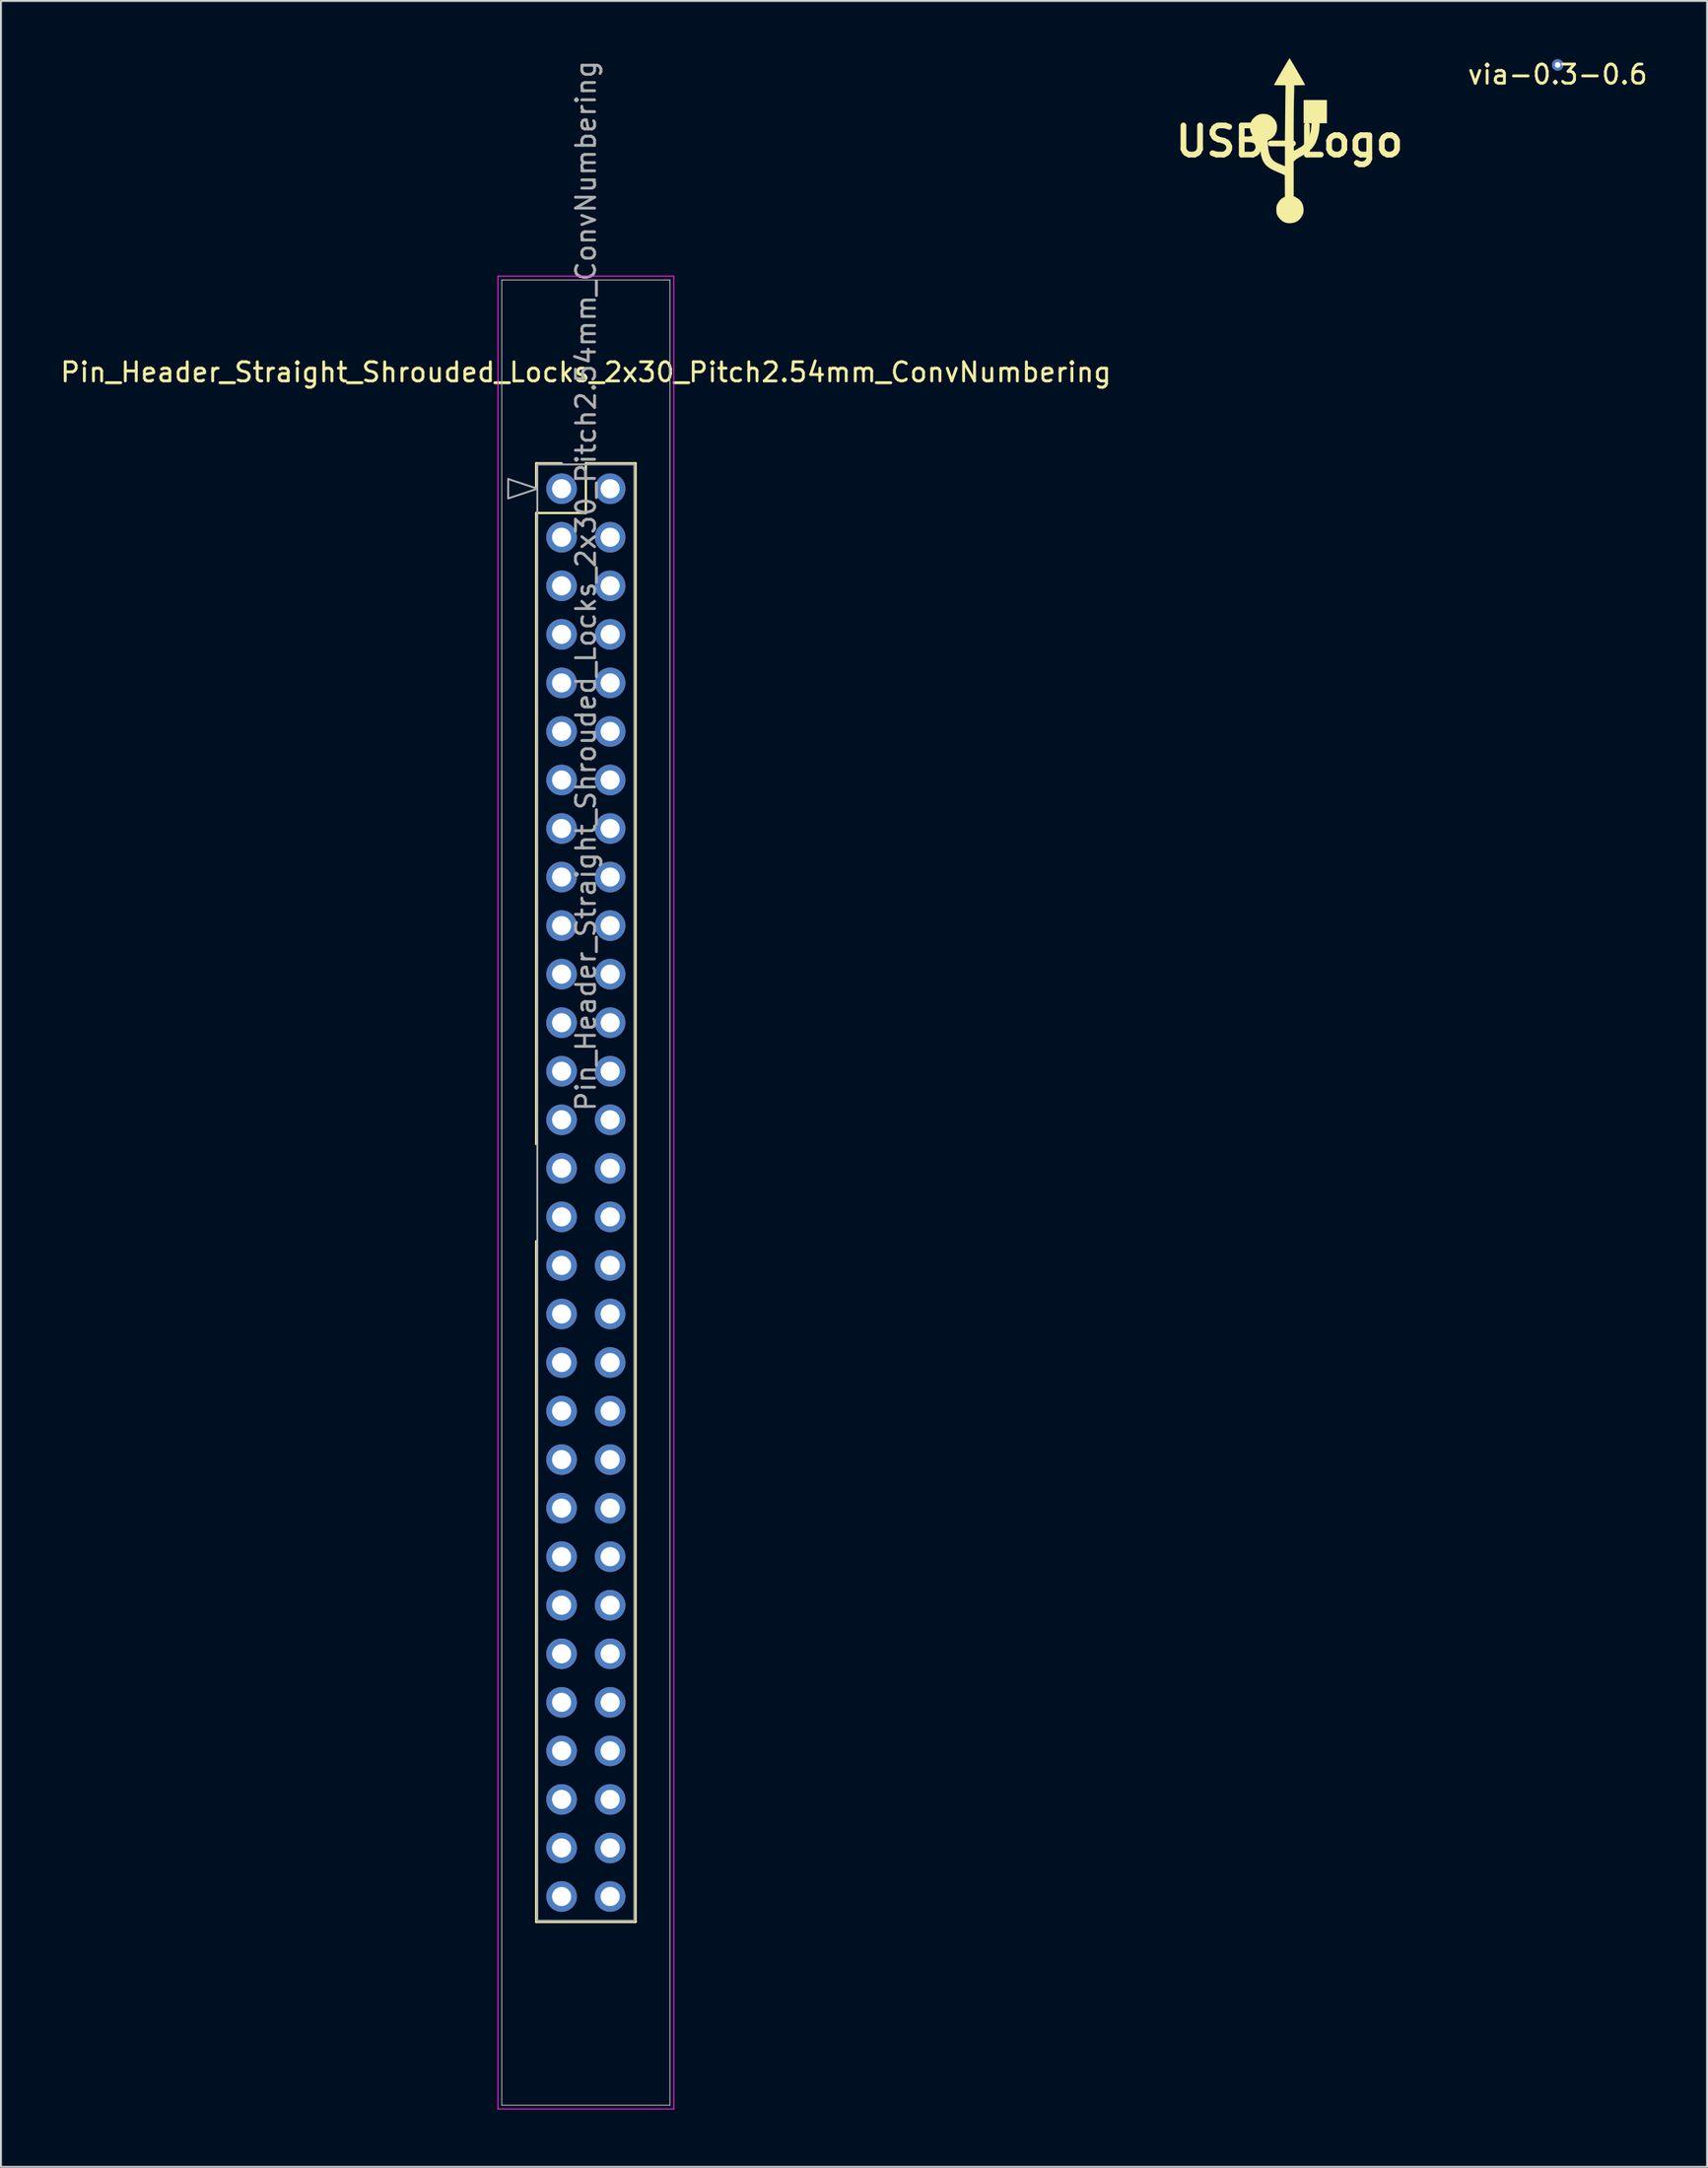
<source format=kicad_pcb>
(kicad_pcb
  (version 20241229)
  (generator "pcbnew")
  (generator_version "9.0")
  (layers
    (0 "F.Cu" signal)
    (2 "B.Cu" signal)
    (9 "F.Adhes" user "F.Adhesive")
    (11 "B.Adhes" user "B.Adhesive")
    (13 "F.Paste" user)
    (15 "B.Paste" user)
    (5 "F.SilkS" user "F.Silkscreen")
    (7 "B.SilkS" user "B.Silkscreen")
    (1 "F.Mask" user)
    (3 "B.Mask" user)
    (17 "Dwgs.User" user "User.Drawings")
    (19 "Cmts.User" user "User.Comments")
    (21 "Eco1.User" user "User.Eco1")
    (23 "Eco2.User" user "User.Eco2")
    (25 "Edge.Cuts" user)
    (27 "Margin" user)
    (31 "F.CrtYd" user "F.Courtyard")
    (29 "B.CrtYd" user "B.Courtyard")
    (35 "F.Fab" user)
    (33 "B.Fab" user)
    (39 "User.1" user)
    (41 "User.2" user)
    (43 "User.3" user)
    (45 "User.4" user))
  (footprint "USB-Logo"
    (layer "F.Cu")
    (at 64.415 4.349)
    (property "Reference" "USB-Logo" (at 0 0 0) (layer "F.SilkS") (effects (font (size 1.524 1.524) (thickness 0.3))))
    (attr through_hole)
    (fp_poly (pts (xy 0.003 -4.344) (xy 0.019 -4.321) (xy 0.053 -4.265) (xy 0.102 -4.184) (xy 0.163 -4.081) (xy 0.233 -3.962) (xy 0.31 -3.832) (xy 0.39 -3.695) (xy 0.47 -3.557) (xy 0.548 -3.423) (xy 0.62 -3.296) (xy 0.685 -3.184) (xy 0.738 -3.089) (xy 0.777 -3.018) (xy 0.8 -2.975) (xy 0.804 -2.965) (xy 0.784 -2.954) (xy 0.722 -2.947) (xy 0.619 -2.943) (xy 0.522 -2.942) (xy 0.24 -2.942) (xy 0.226 -2.018) (xy 0.221 -1.697) (xy 0.218 -1.389) (xy 0.215 -1.094) (xy 0.213 -0.817) (xy 0.212 -0.559) (xy 0.212 -0.323) (xy 0.213 -0.112) (xy 0.214 0.071) (xy 0.217 0.225) (xy 0.22 0.345) (xy 0.224 0.43) (xy 0.229 0.478) (xy 0.233 0.487) (xy 0.262 0.477) (xy 0.317 0.45) (xy 0.39 0.411) (xy 0.471 0.366) (xy 0.551 0.319) (xy 0.62 0.277) (xy 0.668 0.244) (xy 0.67 0.242) (xy 0.824 0.1) (xy 0.948 -0.071) (xy 1.042 -0.269) (xy 1.106 -0.496) (xy 1.14 -0.753) (xy 1.14 -0.753) (xy 1.155 -0.953) (xy 0.741 -0.953) (xy 0.741 -2.159) (xy 1.947 -2.159) (xy 1.947 -0.953) (xy 1.566 -0.953) (xy 1.566 -0.824) (xy 1.552 -0.606) (xy 1.513 -0.378) (xy 1.452 -0.157) (xy 1.373 0.044) (xy 1.351 0.088) (xy 1.274 0.221) (xy 1.185 0.34) (xy 1.079 0.449) (xy 0.95 0.555) (xy 0.793 0.662) (xy 0.602 0.774) (xy 0.544 0.806) (xy 0.452 0.859) (xy 0.368 0.914) (xy 0.303 0.962) (xy 0.274 0.989) (xy 0.212 1.06) (xy 0.212 1.964) (xy 0.212 2.868) (xy 0.35 2.94) (xy 0.496 3.036) (xy 0.608 3.157) (xy 0.683 3.3) (xy 0.723 3.466) (xy 0.729 3.567) (xy 0.728 3.661) (xy 0.719 3.731) (xy 0.698 3.796) (xy 0.662 3.875) (xy 0.661 3.878) (xy 0.566 4.028) (xy 0.447 4.143) (xy 0.306 4.223) (xy 0.142 4.266) (xy 0.015 4.275) (xy -0.074 4.27) (xy -0.158 4.26) (xy -0.214 4.246) (xy -0.368 4.17) (xy -0.499 4.058) (xy -0.606 3.915) (xy -0.638 3.855) (xy -0.664 3.79) (xy -0.679 3.719) (xy -0.686 3.627) (xy -0.687 3.577) (xy -0.686 3.482) (xy -0.678 3.412) (xy -0.661 3.351) (xy -0.631 3.281) (xy -0.618 3.255) (xy -0.537 3.125) (xy -0.437 3.017) (xy -0.325 2.94) (xy -0.301 2.929) (xy -0.232 2.899) (xy -0.238 2.333) (xy -0.243 1.768) (xy -0.339 1.722) (xy -0.405 1.691) (xy -0.493 1.653) (xy -0.587 1.614) (xy -0.603 1.607) (xy -0.817 1.515) (xy -0.993 1.422) (xy -1.135 1.326) (xy -1.249 1.222) (xy -1.338 1.104) (xy -1.408 0.97) (xy -1.461 0.814) (xy -1.481 0.735) (xy -1.497 0.653) (xy -1.514 0.541) (xy -1.531 0.411) (xy -1.546 0.276) (xy -1.557 0.148) (xy -1.565 0.039) (xy -1.566 -0.02) (xy -1.585 -0.052) (xy -1.636 -0.08) (xy -1.64 -0.082) (xy -1.762 -0.146) (xy -1.874 -0.244) (xy -1.966 -0.367) (xy -1.993 -0.417) (xy -2.029 -0.494) (xy -2.05 -0.556) (xy -2.06 -0.621) (xy -2.063 -0.706) (xy -2.063 -0.74) (xy -2.052 -0.888) (xy -2.017 -1.011) (xy -1.955 -1.122) (xy -1.858 -1.235) (xy -1.852 -1.24) (xy -1.722 -1.343) (xy -1.573 -1.41) (xy -1.412 -1.439) (xy -1.246 -1.431) (xy -1.108 -1.394) (xy -0.985 -1.329) (xy -0.869 -1.234) (xy -0.772 -1.121) (xy -0.705 -1) (xy -0.701 -0.989) (xy -0.662 -0.827) (xy -0.66 -0.665) (xy -0.693 -0.509) (xy -0.757 -0.365) (xy -0.851 -0.241) (xy -0.971 -0.142) (xy -1.038 -0.106) (xy -1.149 -0.054) (xy -1.135 0.163) (xy -1.115 0.379) (xy -1.085 0.559) (xy -1.044 0.707) (xy -0.99 0.828) (xy -0.921 0.927) (xy -0.905 0.945) (xy -0.85 1.001) (xy -0.796 1.047) (xy -0.733 1.088) (xy -0.653 1.129) (xy -0.548 1.177) (xy -0.459 1.214) (xy -0.233 1.307) (xy -0.233 0.17) (xy -0.233 -0.09) (xy -0.232 -0.375) (xy -0.23 -0.673) (xy -0.228 -0.976) (xy -0.226 -1.272) (xy -0.224 -1.553) (xy -0.221 -1.807) (xy -0.219 -1.954) (xy -0.205 -2.942) (xy -0.505 -2.942) (xy -0.612 -2.943) (xy -0.702 -2.945) (xy -0.768 -2.948) (xy -0.801 -2.952) (xy -0.804 -2.954) (xy -0.794 -2.978) (xy -0.766 -3.032) (xy -0.722 -3.113) (xy -0.665 -3.215) (xy -0.598 -3.333) (xy -0.524 -3.462) (xy -0.446 -3.598) (xy -0.366 -3.736) (xy -0.287 -3.871) (xy -0.212 -3.997) (xy -0.144 -4.112) (xy -0.086 -4.208) (xy -0.04 -4.282) (xy -0.01 -4.329) (xy 0.003 -4.344) (xy 0.003 -4.344)) (stroke (width 0.01) (type solid)) (fill yes) (layer "F.SilkS")))
  (footprint "via-0.3-0.6"
    (layer "F.Cu")
    (at 78.442 0.348)
    (property "Reference" "via-0.3-0.6" (at 0 0.5 0) (layer "F.SilkS") (effects (font (size 1 1) (thickness 0.15))))
    (attr through_hole)
    (pad "1" thru_hole circle (at 0 0) (size 0.6 0.6) (drill 0.3) (layers "*.Cu")))
  (footprint "Pin_Header_Straight_Shrouded_Locks_2x30_Pitch2.54mm_ConvNumbering"
    (layer "F.Cu")
    (at 26.331 22.521)
    (property "Reference" "Pin_Header_Straight_Shrouded_Locks_2x30_Pitch2.54mm_ConvNumbering" (at 1.27 -6.096 0) (layer "F.SilkS") (effects (font (size 1 1) (thickness 0.15))))
    (attr through_hole)
    (fp_line (start -1.33 -1.33) (end 0 -1.33) (stroke (width 0.12) (type solid)) (layer "F.SilkS"))
    (fp_line (start -1.33 0) (end -1.33 -1.33) (stroke (width 0.12) (type solid)) (layer "F.SilkS"))
    (fp_line (start -1.33 1.27) (end -1.33 34.29) (stroke (width 0.12) (type solid)) (layer "F.SilkS"))
    (fp_line (start -1.33 1.27) (end 1.27 1.27) (stroke (width 0.12) (type solid)) (layer "F.SilkS"))
    (fp_line (start -1.33 39.37) (end -1.33 74.99) (stroke (width 0.12) (type solid)) (layer "F.SilkS"))
    (fp_line (start -1.33 74.99) (end 3.87 74.99) (stroke (width 0.12) (type solid)) (layer "F.SilkS"))
    (fp_line (start 1.27 -1.33) (end 3.87 -1.33) (stroke (width 0.12) (type solid)) (layer "F.SilkS"))
    (fp_line (start 1.27 1.27) (end 1.27 -1.33) (stroke (width 0.12) (type solid)) (layer "F.SilkS"))
    (fp_line (start 3.87 -1.33) (end 3.87 74.99) (stroke (width 0.12) (type solid)) (layer "F.SilkS"))
    (fp_line (start -3.33 -11.12) (end -3.33 84.78) (stroke (width 0.05) (type solid)) (layer "F.CrtYd"))
    (fp_line (start -3.33 84.78) (end 5.87 84.78) (stroke (width 0.05) (type solid)) (layer "F.CrtYd"))
    (fp_line (start 5.87 -11.12) (end -3.33 -11.12) (stroke (width 0.05) (type solid)) (layer "F.CrtYd"))
    (fp_line (start 5.87 84.78) (end 5.87 -11.12) (stroke (width 0.05) (type solid)) (layer "F.CrtYd"))
    (fp_line (start -3.13 -10.92) (end -3.13 84.58) (stroke (width 0.05) (type solid)) (layer "F.Fab"))
    (fp_line (start -3.13 84.58) (end 5.67 84.58) (stroke (width 0.05) (type solid)) (layer "F.Fab"))
    (fp_line (start -2.794 -0.508) (end -1.27 0) (stroke (width 0.1) (type solid)) (layer "F.Fab"))
    (fp_line (start -2.794 0.508) (end -2.794 -0.508) (stroke (width 0.1) (type solid)) (layer "F.Fab"))
    (fp_line (start -1.27 -1.27) (end -1.27 74.93) (stroke (width 0.1) (type solid)) (layer "F.Fab"))
    (fp_line (start -1.27 0) (end -2.794 0.508) (stroke (width 0.1) (type solid)) (layer "F.Fab"))
    (fp_line (start -1.27 74.93) (end 3.81 74.93) (stroke (width 0.1) (type solid)) (layer "F.Fab"))
    (fp_line (start 3.81 -1.27) (end -1.27 -1.27) (stroke (width 0.1) (type solid)) (layer "F.Fab"))
    (fp_line (start 3.81 74.93) (end 3.81 -1.27) (stroke (width 0.1) (type solid)) (layer "F.Fab"))
    (fp_line (start 5.67 -10.92) (end -3.13 -10.92) (stroke (width 0.05) (type solid)) (layer "F.Fab"))
    (fp_line (start 5.67 84.58) (end 5.67 -10.92) (stroke (width 0.05) (type solid)) (layer "F.Fab"))
    (fp_text user "${REFERENCE}" (at 1.27 5.08 90) (layer "F.Fab") (effects (font (size 1 1) (thickness 0.15))))
    (pad "1" thru_hole oval (at 0 0) (size 1.6 1.6) (drill 1) (layers "*.Cu" "*.Mask"))
    (pad "2" thru_hole oval (at 2.54 0) (size 1.6 1.6) (drill 1) (layers "*.Cu" "*.Mask"))
    (pad "3" thru_hole oval (at 0 2.54) (size 1.6 1.6) (drill 1) (layers "*.Cu" "*.Mask"))
    (pad "4" thru_hole oval (at 2.54 2.54) (size 1.6 1.6) (drill 1) (layers "*.Cu" "*.Mask"))
    (pad "5" thru_hole oval (at 0 5.08) (size 1.6 1.6) (drill 1) (layers "*.Cu" "*.Mask"))
    (pad "6" thru_hole oval (at 2.54 5.08) (size 1.6 1.6) (drill 1) (layers "*.Cu" "*.Mask"))
    (pad "7" thru_hole oval (at 0 7.62) (size 1.6 1.6) (drill 1) (layers "*.Cu" "*.Mask"))
    (pad "8" thru_hole oval (at 2.54 7.62) (size 1.6 1.6) (drill 1) (layers "*.Cu" "*.Mask"))
    (pad "9" thru_hole oval (at 0 10.16) (size 1.6 1.6) (drill 1) (layers "*.Cu" "*.Mask"))
    (pad "10" thru_hole oval (at 2.54 10.16) (size 1.6 1.6) (drill 1) (layers "*.Cu" "*.Mask"))
    (pad "11" thru_hole oval (at 0 12.7) (size 1.6 1.6) (drill 1) (layers "*.Cu" "*.Mask"))
    (pad "12" thru_hole oval (at 2.54 12.7) (size 1.6 1.6) (drill 1) (layers "*.Cu" "*.Mask"))
    (pad "13" thru_hole oval (at 0 15.24) (size 1.6 1.6) (drill 1) (layers "*.Cu" "*.Mask"))
    (pad "14" thru_hole oval (at 2.54 15.24) (size 1.6 1.6) (drill 1) (layers "*.Cu" "*.Mask"))
    (pad "15" thru_hole oval (at 0 17.78) (size 1.6 1.6) (drill 1) (layers "*.Cu" "*.Mask"))
    (pad "16" thru_hole oval (at 2.54 17.78) (size 1.6 1.6) (drill 1) (layers "*.Cu" "*.Mask"))
    (pad "17" thru_hole oval (at 0 20.32) (size 1.6 1.6) (drill 1) (layers "*.Cu" "*.Mask"))
    (pad "18" thru_hole oval (at 2.54 20.32) (size 1.6 1.6) (drill 1) (layers "*.Cu" "*.Mask"))
    (pad "19" thru_hole oval (at 0 22.86) (size 1.6 1.6) (drill 1) (layers "*.Cu" "*.Mask"))
    (pad "20" thru_hole oval (at 2.54 22.86) (size 1.6 1.6) (drill 1) (layers "*.Cu" "*.Mask"))
    (pad "21" thru_hole oval (at 0 25.4) (size 1.6 1.6) (drill 1) (layers "*.Cu" "*.Mask"))
    (pad "22" thru_hole oval (at 2.54 25.4) (size 1.6 1.6) (drill 1) (layers "*.Cu" "*.Mask"))
    (pad "23" thru_hole oval (at 0 27.94) (size 1.6 1.6) (drill 1) (layers "*.Cu" "*.Mask"))
    (pad "24" thru_hole oval (at 2.54 27.94) (size 1.6 1.6) (drill 1) (layers "*.Cu" "*.Mask"))
    (pad "25" thru_hole oval (at 0 30.48) (size 1.6 1.6) (drill 1) (layers "*.Cu" "*.Mask"))
    (pad "26" thru_hole oval (at 2.54 30.48) (size 1.6 1.6) (drill 1) (layers "*.Cu" "*.Mask"))
    (pad "27" thru_hole oval (at 0 33.02) (size 1.6 1.6) (drill 1) (layers "*.Cu" "*.Mask"))
    (pad "28" thru_hole oval (at 2.54 33.02) (size 1.6 1.6) (drill 1) (layers "*.Cu" "*.Mask"))
    (pad "29" thru_hole oval (at 0 35.56) (size 1.6 1.6) (drill 1) (layers "*.Cu" "*.Mask"))
    (pad "30" thru_hole oval (at 2.54 35.56) (size 1.6 1.6) (drill 1) (layers "*.Cu" "*.Mask"))
    (pad "31" thru_hole oval (at 0 38.1) (size 1.6 1.6) (drill 1) (layers "*.Cu" "*.Mask"))
    (pad "32" thru_hole oval (at 2.54 38.1) (size 1.6 1.6) (drill 1) (layers "*.Cu" "*.Mask"))
    (pad "33" thru_hole oval (at 0 40.64) (size 1.6 1.6) (drill 1) (layers "*.Cu" "*.Mask"))
    (pad "34" thru_hole oval (at 2.54 40.64) (size 1.6 1.6) (drill 1) (layers "*.Cu" "*.Mask"))
    (pad "35" thru_hole oval (at 0 43.18) (size 1.6 1.6) (drill 1) (layers "*.Cu" "*.Mask"))
    (pad "36" thru_hole oval (at 2.54 43.18) (size 1.6 1.6) (drill 1) (layers "*.Cu" "*.Mask"))
    (pad "37" thru_hole oval (at 0 45.72) (size 1.6 1.6) (drill 1) (layers "*.Cu" "*.Mask"))
    (pad "38" thru_hole oval (at 2.54 45.72) (size 1.6 1.6) (drill 1) (layers "*.Cu" "*.Mask"))
    (pad "39" thru_hole oval (at 0 48.26) (size 1.6 1.6) (drill 1) (layers "*.Cu" "*.Mask"))
    (pad "40" thru_hole oval (at 2.54 48.26) (size 1.6 1.6) (drill 1) (layers "*.Cu" "*.Mask"))
    (pad "41" thru_hole oval (at 0 50.8) (size 1.6 1.6) (drill 1) (layers "*.Cu" "*.Mask"))
    (pad "42" thru_hole oval (at 2.54 50.8) (size 1.6 1.6) (drill 1) (layers "*.Cu" "*.Mask"))
    (pad "43" thru_hole oval (at 0 53.34) (size 1.6 1.6) (drill 1) (layers "*.Cu" "*.Mask"))
    (pad "44" thru_hole oval (at 2.54 53.34) (size 1.6 1.6) (drill 1) (layers "*.Cu" "*.Mask"))
    (pad "45" thru_hole oval (at 0 55.88) (size 1.6 1.6) (drill 1) (layers "*.Cu" "*.Mask"))
    (pad "46" thru_hole oval (at 2.54 55.88) (size 1.6 1.6) (drill 1) (layers "*.Cu" "*.Mask"))
    (pad "47" thru_hole oval (at 0 58.42) (size 1.6 1.6) (drill 1) (layers "*.Cu" "*.Mask"))
    (pad "48" thru_hole oval (at 2.54 58.42) (size 1.6 1.6) (drill 1) (layers "*.Cu" "*.Mask"))
    (pad "49" thru_hole oval (at 0 60.96) (size 1.6 1.6) (drill 1) (layers "*.Cu" "*.Mask"))
    (pad "50" thru_hole oval (at 2.54 60.96) (size 1.6 1.6) (drill 1) (layers "*.Cu" "*.Mask"))
    (pad "51" thru_hole oval (at 0 63.5) (size 1.6 1.6) (drill 1) (layers "*.Cu" "*.Mask"))
    (pad "52" thru_hole oval (at 2.54 63.5) (size 1.6 1.6) (drill 1) (layers "*.Cu" "*.Mask"))
    (pad "53" thru_hole oval (at 0 66.04) (size 1.6 1.6) (drill 1) (layers "*.Cu" "*.Mask"))
    (pad "54" thru_hole oval (at 2.54 66.04) (size 1.6 1.6) (drill 1) (layers "*.Cu" "*.Mask"))
    (pad "55" thru_hole oval (at 0 68.58) (size 1.6 1.6) (drill 1) (layers "*.Cu" "*.Mask"))
    (pad "56" thru_hole oval (at 2.54 68.58) (size 1.6 1.6) (drill 1) (layers "*.Cu" "*.Mask"))
    (pad "57" thru_hole oval (at 0 71.12) (size 1.6 1.6) (drill 1) (layers "*.Cu" "*.Mask"))
    (pad "58" thru_hole oval (at 2.54 71.12) (size 1.6 1.6) (drill 1) (layers "*.Cu" "*.Mask"))
    (pad "59" thru_hole oval (at 0 73.66) (size 1.6 1.6) (drill 1) (layers "*.Cu" "*.Mask"))
    (pad "60" thru_hole oval (at 2.54 73.66) (size 1.6 1.6) (drill 1) (layers "*.Cu" "*.Mask")))
  (gr_rect
    (start -3 -3)
    (end 86.258 110.326)
    (stroke (width 0.1) (type default))
    (fill no)
    (layer "Edge.Cuts")))
</source>
